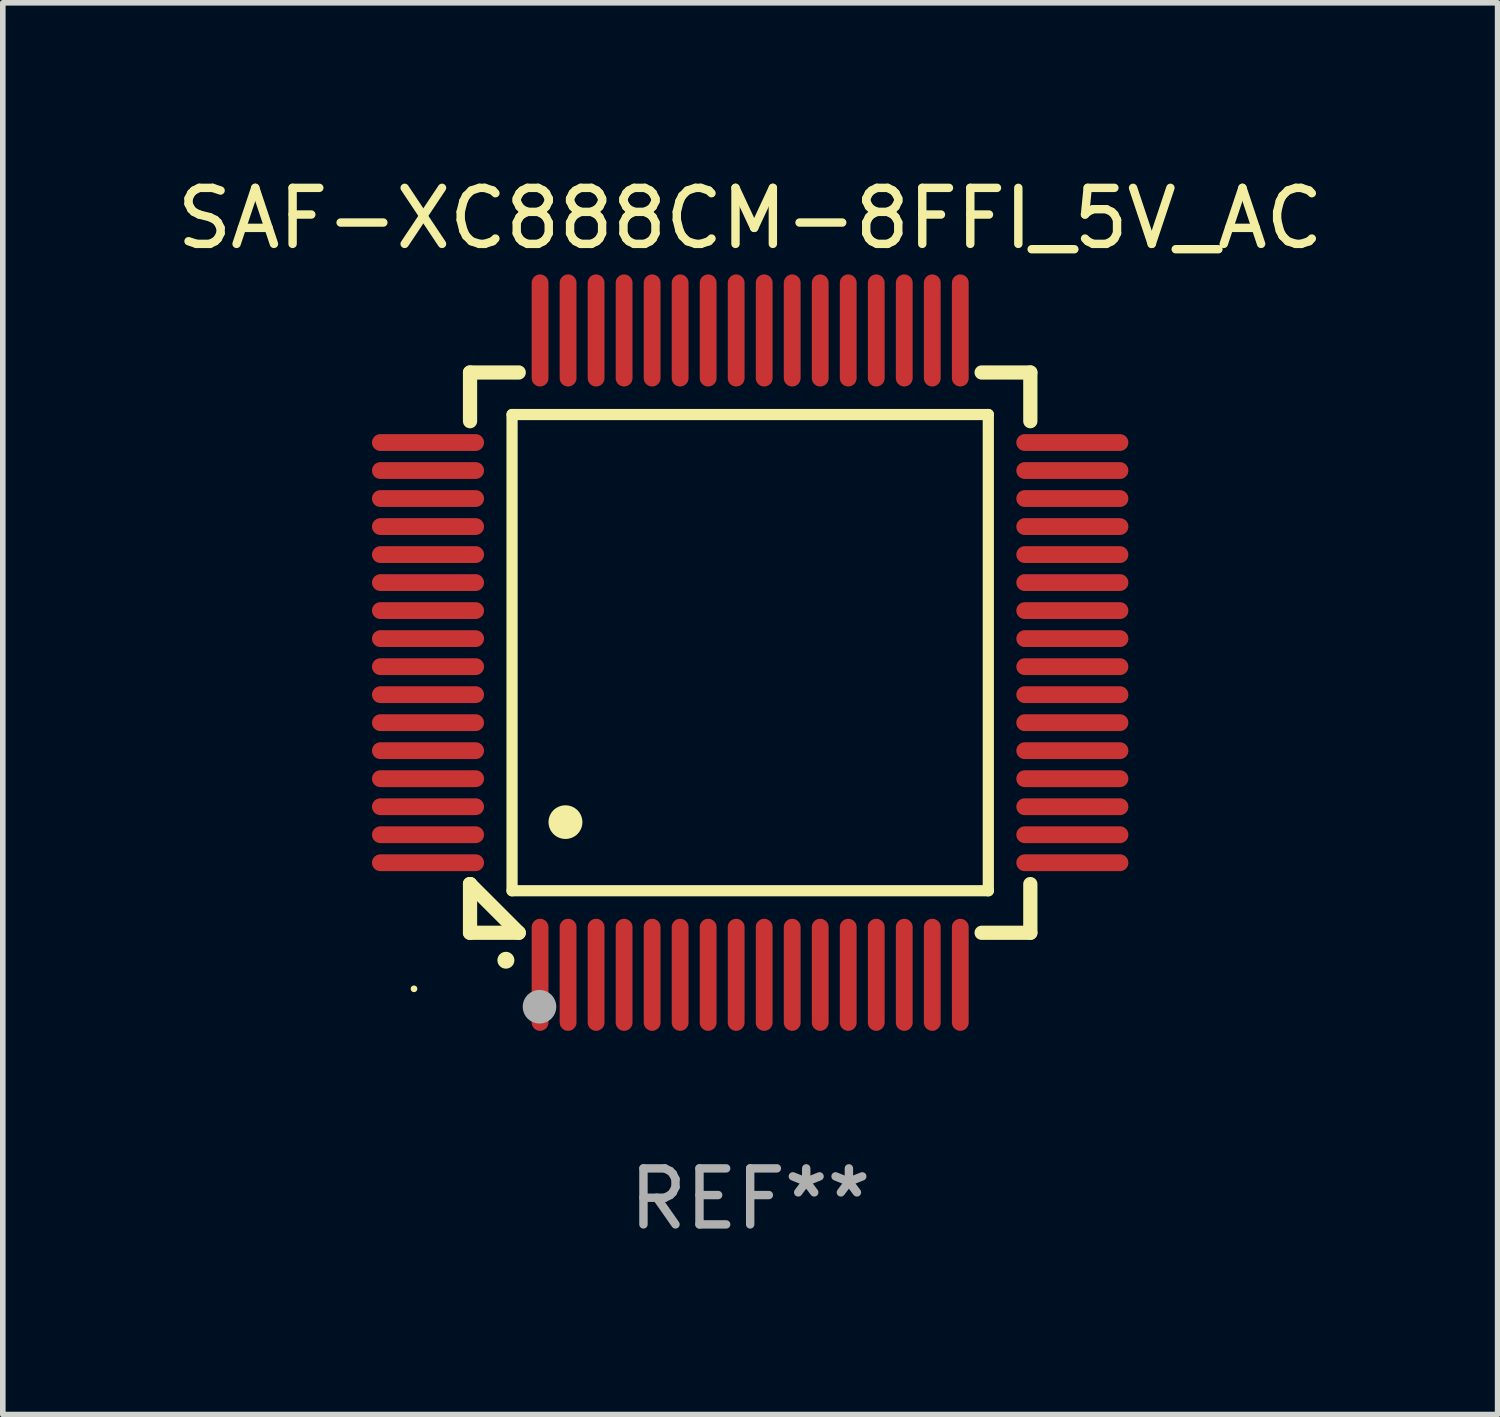
<source format=kicad_pcb>
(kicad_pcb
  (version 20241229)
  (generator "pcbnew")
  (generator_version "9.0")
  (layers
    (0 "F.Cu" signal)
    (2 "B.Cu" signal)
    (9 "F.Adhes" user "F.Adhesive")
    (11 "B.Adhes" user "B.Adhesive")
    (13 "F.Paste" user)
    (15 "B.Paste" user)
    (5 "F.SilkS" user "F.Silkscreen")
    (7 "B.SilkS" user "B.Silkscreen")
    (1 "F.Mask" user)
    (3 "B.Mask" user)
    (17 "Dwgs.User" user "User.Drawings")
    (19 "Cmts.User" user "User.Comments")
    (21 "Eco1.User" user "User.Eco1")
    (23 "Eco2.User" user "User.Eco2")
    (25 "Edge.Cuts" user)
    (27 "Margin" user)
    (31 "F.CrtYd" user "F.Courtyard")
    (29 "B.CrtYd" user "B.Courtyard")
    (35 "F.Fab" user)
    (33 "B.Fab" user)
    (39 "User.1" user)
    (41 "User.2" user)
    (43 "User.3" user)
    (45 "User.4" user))
  (footprint "SAF-XC888CM-8FFI_5V_AC"
    (layer "F.Cu")
    (at 10.339 8.598)
    (property "Reference" "SAF-XC888CM-8FFI_5V_AC" (at 0 -7.75 0) (layer "F.SilkS") (effects (font (size 1 1) (thickness 0.15))))
    (attr through_hole)
    (fp_line (start -5 -5) (end -4.131 -5) (stroke (width 0.254) (type solid)) (layer "F.SilkS"))
    (fp_line (start -5 -4.131) (end -5 -5) (stroke (width 0.254) (type solid)) (layer "F.SilkS"))
    (fp_line (start -5 4.131) (end -5 4.131) (stroke (width 0.254) (type solid)) (layer "F.SilkS"))
    (fp_line (start -5 5) (end -5 4.131) (stroke (width 0.254) (type solid)) (layer "F.SilkS"))
    (fp_line (start -5 4.131) (end -4.131 5) (stroke (width 0.254) (type solid)) (layer "F.SilkS"))
    (fp_line (start -4.25 -4.25) (end -4.25 4.25) (stroke (width 0.2) (type solid)) (layer "F.SilkS"))
    (fp_line (start -4.25 4.25) (end 4.25 4.25) (stroke (width 0.2) (type solid)) (layer "F.SilkS"))
    (fp_line (start -4.131 5) (end -5 5) (stroke (width 0.254) (type solid)) (layer "F.SilkS"))
    (fp_line (start 4.25 -4.25) (end -4.25 -4.25) (stroke (width 0.2) (type solid)) (layer "F.SilkS"))
    (fp_line (start 4.25 4.25) (end 4.25 -4.25) (stroke (width 0.2) (type solid)) (layer "F.SilkS"))
    (fp_line (start 5 -5) (end 4.131 -5) (stroke (width 0.254) (type solid)) (layer "F.SilkS"))
    (fp_line (start 5 -5) (end 5 -4.131) (stroke (width 0.254) (type solid)) (layer "F.SilkS"))
    (fp_line (start 5 4.131) (end 5 5) (stroke (width 0.254) (type solid)) (layer "F.SilkS"))
    (fp_line (start 5 5) (end 4.131 5) (stroke (width 0.254) (type solid)) (layer "F.SilkS"))
    (fp_arc (start -4.361265 5.489992) (mid -4.359995 5.489987) (end -4.358725 5.489992) (stroke (width 0.3) (type solid)) (layer "F.SilkS"))
    (fp_arc (start -3.299467 3.025146) (mid -3.296927 3.025135) (end -3.294387 3.025146) (stroke (width 0.6) (type solid)) (layer "F.SilkS"))
    (fp_circle (center -6 6) (end -5.97 6) (stroke (width 0.06) (type solid)) (fill no) (layer "F.SilkS"))
    (fp_circle (center -3.76 6.32) (end -3.61 6.32) (stroke (width 0.3) (type solid)) (fill no) (layer "F.Fab"))
    (fp_text user "REF**" (at 0 9.75 0) (layer "F.Fab") (effects (font (size 1 1) (thickness 0.15))))
    (pad "1" smd oval (at -3.75 5.75) (size 0.3 2) (layers "F.Cu" "F.Mask" "F.Paste"))
    (pad "2" smd oval (at -3.25 5.75) (size 0.3 2) (layers "F.Cu" "F.Mask" "F.Paste"))
    (pad "3" smd oval (at -2.75 5.75) (size 0.3 2) (layers "F.Cu" "F.Mask" "F.Paste"))
    (pad "4" smd oval (at -2.25 5.75) (size 0.3 2) (layers "F.Cu" "F.Mask" "F.Paste"))
    (pad "5" smd oval (at -1.75 5.75) (size 0.3 2) (layers "F.Cu" "F.Mask" "F.Paste"))
    (pad "6" smd oval (at -1.25 5.75) (size 0.3 2) (layers "F.Cu" "F.Mask" "F.Paste"))
    (pad "7" smd oval (at -0.75 5.75) (size 0.3 2) (layers "F.Cu" "F.Mask" "F.Paste"))
    (pad "8" smd oval (at -0.25 5.75) (size 0.3 2) (layers "F.Cu" "F.Mask" "F.Paste"))
    (pad "9" smd oval (at 0.25 5.75) (size 0.3 2) (layers "F.Cu" "F.Mask" "F.Paste"))
    (pad "10" smd oval (at 0.75 5.75) (size 0.3 2) (layers "F.Cu" "F.Mask" "F.Paste"))
    (pad "11" smd oval (at 1.25 5.75) (size 0.3 2) (layers "F.Cu" "F.Mask" "F.Paste"))
    (pad "12" smd oval (at 1.75 5.75) (size 0.3 2) (layers "F.Cu" "F.Mask" "F.Paste"))
    (pad "13" smd oval (at 2.25 5.75) (size 0.3 2) (layers "F.Cu" "F.Mask" "F.Paste"))
    (pad "14" smd oval (at 2.75 5.75) (size 0.3 2) (layers "F.Cu" "F.Mask" "F.Paste"))
    (pad "15" smd oval (at 3.25 5.75) (size 0.3 2) (layers "F.Cu" "F.Mask" "F.Paste"))
    (pad "16" smd oval (at 3.75 5.75) (size 0.3 2) (layers "F.Cu" "F.Mask" "F.Paste"))
    (pad "17" smd oval (at 5.75 3.75) (size 2 0.3) (layers "F.Cu" "F.Mask" "F.Paste"))
    (pad "18" smd oval (at 5.75 3.25) (size 2 0.3) (layers "F.Cu" "F.Mask" "F.Paste"))
    (pad "19" smd oval (at 5.75 2.75) (size 2 0.3) (layers "F.Cu" "F.Mask" "F.Paste"))
    (pad "20" smd oval (at 5.75 2.25) (size 2 0.3) (layers "F.Cu" "F.Mask" "F.Paste"))
    (pad "21" smd oval (at 5.75 1.75) (size 2 0.3) (layers "F.Cu" "F.Mask" "F.Paste"))
    (pad "22" smd oval (at 5.75 1.25) (size 2 0.3) (layers "F.Cu" "F.Mask" "F.Paste"))
    (pad "23" smd oval (at 5.75 0.75) (size 2 0.3) (layers "F.Cu" "F.Mask" "F.Paste"))
    (pad "24" smd oval (at 5.75 0.25) (size 2 0.3) (layers "F.Cu" "F.Mask" "F.Paste"))
    (pad "25" smd oval (at 5.75 -0.25) (size 2 0.3) (layers "F.Cu" "F.Mask" "F.Paste"))
    (pad "26" smd oval (at 5.75 -0.75) (size 2 0.3) (layers "F.Cu" "F.Mask" "F.Paste"))
    (pad "27" smd oval (at 5.75 -1.25) (size 2 0.3) (layers "F.Cu" "F.Mask" "F.Paste"))
    (pad "28" smd oval (at 5.75 -1.75) (size 2 0.3) (layers "F.Cu" "F.Mask" "F.Paste"))
    (pad "29" smd oval (at 5.75 -2.25) (size 2 0.3) (layers "F.Cu" "F.Mask" "F.Paste"))
    (pad "30" smd oval (at 5.75 -2.75) (size 2 0.3) (layers "F.Cu" "F.Mask" "F.Paste"))
    (pad "31" smd oval (at 5.75 -3.25) (size 2 0.3) (layers "F.Cu" "F.Mask" "F.Paste"))
    (pad "32" smd oval (at 5.75 -3.75) (size 2 0.3) (layers "F.Cu" "F.Mask" "F.Paste"))
    (pad "33" smd oval (at 3.75 -5.75) (size 0.3 2) (layers "F.Cu" "F.Mask" "F.Paste"))
    (pad "34" smd oval (at 3.25 -5.75) (size 0.3 2) (layers "F.Cu" "F.Mask" "F.Paste"))
    (pad "35" smd oval (at 2.75 -5.75) (size 0.3 2) (layers "F.Cu" "F.Mask" "F.Paste"))
    (pad "36" smd oval (at 2.25 -5.75) (size 0.3 2) (layers "F.Cu" "F.Mask" "F.Paste"))
    (pad "37" smd oval (at 1.75 -5.75) (size 0.3 2) (layers "F.Cu" "F.Mask" "F.Paste"))
    (pad "38" smd oval (at 1.25 -5.75) (size 0.3 2) (layers "F.Cu" "F.Mask" "F.Paste"))
    (pad "39" smd oval (at 0.75 -5.75) (size 0.3 2) (layers "F.Cu" "F.Mask" "F.Paste"))
    (pad "40" smd oval (at 0.25 -5.75) (size 0.3 2) (layers "F.Cu" "F.Mask" "F.Paste"))
    (pad "41" smd oval (at -0.25 -5.75) (size 0.3 2) (layers "F.Cu" "F.Mask" "F.Paste"))
    (pad "42" smd oval (at -0.75 -5.75) (size 0.3 2) (layers "F.Cu" "F.Mask" "F.Paste"))
    (pad "43" smd oval (at -1.25 -5.75) (size 0.3 2) (layers "F.Cu" "F.Mask" "F.Paste"))
    (pad "44" smd oval (at -1.75 -5.75) (size 0.3 2) (layers "F.Cu" "F.Mask" "F.Paste"))
    (pad "45" smd oval (at -2.25 -5.75) (size 0.3 2) (layers "F.Cu" "F.Mask" "F.Paste"))
    (pad "46" smd oval (at -2.75 -5.75) (size 0.3 2) (layers "F.Cu" "F.Mask" "F.Paste"))
    (pad "47" smd oval (at -3.25 -5.75) (size 0.3 2) (layers "F.Cu" "F.Mask" "F.Paste"))
    (pad "48" smd oval (at -3.75 -5.75) (size 0.3 2) (layers "F.Cu" "F.Mask" "F.Paste"))
    (pad "49" smd oval (at -5.75 -3.75) (size 2 0.3) (layers "F.Cu" "F.Mask" "F.Paste"))
    (pad "50" smd oval (at -5.75 -3.25) (size 2 0.3) (layers "F.Cu" "F.Mask" "F.Paste"))
    (pad "51" smd oval (at -5.75 -2.75) (size 2 0.3) (layers "F.Cu" "F.Mask" "F.Paste"))
    (pad "52" smd oval (at -5.75 -2.25) (size 2 0.3) (layers "F.Cu" "F.Mask" "F.Paste"))
    (pad "53" smd oval (at -5.75 -1.75) (size 2 0.3) (layers "F.Cu" "F.Mask" "F.Paste"))
    (pad "54" smd oval (at -5.75 -1.25) (size 2 0.3) (layers "F.Cu" "F.Mask" "F.Paste"))
    (pad "55" smd oval (at -5.75 -0.75) (size 2 0.3) (layers "F.Cu" "F.Mask" "F.Paste"))
    (pad "56" smd oval (at -5.75 -0.25) (size 2 0.3) (layers "F.Cu" "F.Mask" "F.Paste"))
    (pad "57" smd oval (at -5.75 0.25) (size 2 0.3) (layers "F.Cu" "F.Mask" "F.Paste"))
    (pad "58" smd oval (at -5.75 0.75) (size 2 0.3) (layers "F.Cu" "F.Mask" "F.Paste"))
    (pad "59" smd oval (at -5.75 1.25) (size 2 0.3) (layers "F.Cu" "F.Mask" "F.Paste"))
    (pad "60" smd oval (at -5.75 1.75) (size 2 0.3) (layers "F.Cu" "F.Mask" "F.Paste"))
    (pad "61" smd oval (at -5.75 2.25) (size 2 0.3) (layers "F.Cu" "F.Mask" "F.Paste"))
    (pad "62" smd oval (at -5.75 2.75) (size 2 0.3) (layers "F.Cu" "F.Mask" "F.Paste"))
    (pad "63" smd oval (at -5.75 3.25) (size 2 0.3) (layers "F.Cu" "F.Mask" "F.Paste"))
    (pad "64" smd oval (at -5.75 3.75) (size 2 0.3) (layers "F.Cu" "F.Mask" "F.Paste")))
  (gr_rect
    (start -3 -3)
    (end 23.679 22.196)
    (stroke (width 0.1) (type default))
    (fill no)
    (layer "Edge.Cuts")))
</source>
